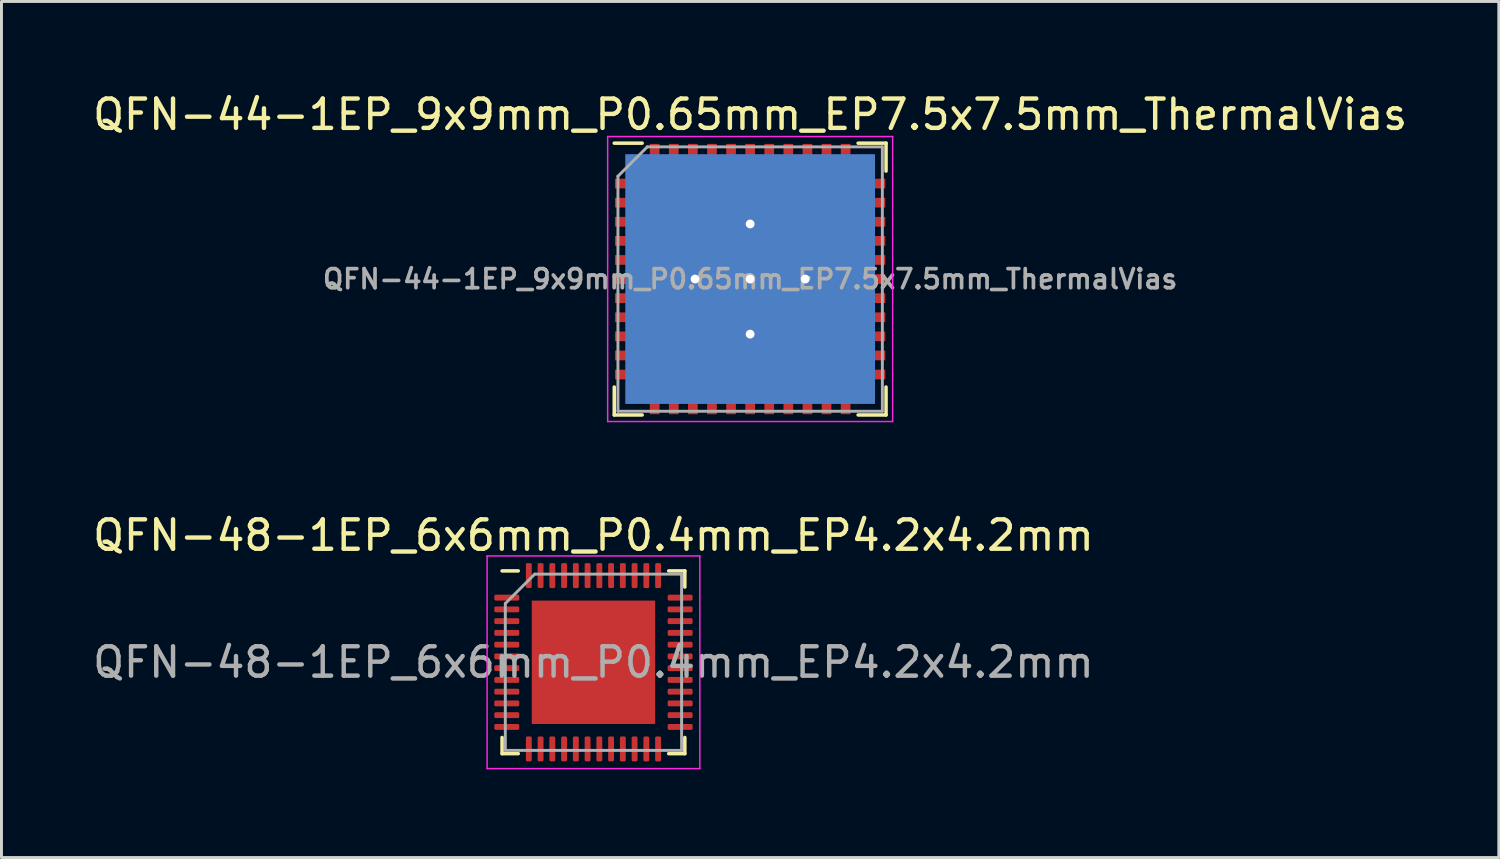
<source format=kicad_pcb>
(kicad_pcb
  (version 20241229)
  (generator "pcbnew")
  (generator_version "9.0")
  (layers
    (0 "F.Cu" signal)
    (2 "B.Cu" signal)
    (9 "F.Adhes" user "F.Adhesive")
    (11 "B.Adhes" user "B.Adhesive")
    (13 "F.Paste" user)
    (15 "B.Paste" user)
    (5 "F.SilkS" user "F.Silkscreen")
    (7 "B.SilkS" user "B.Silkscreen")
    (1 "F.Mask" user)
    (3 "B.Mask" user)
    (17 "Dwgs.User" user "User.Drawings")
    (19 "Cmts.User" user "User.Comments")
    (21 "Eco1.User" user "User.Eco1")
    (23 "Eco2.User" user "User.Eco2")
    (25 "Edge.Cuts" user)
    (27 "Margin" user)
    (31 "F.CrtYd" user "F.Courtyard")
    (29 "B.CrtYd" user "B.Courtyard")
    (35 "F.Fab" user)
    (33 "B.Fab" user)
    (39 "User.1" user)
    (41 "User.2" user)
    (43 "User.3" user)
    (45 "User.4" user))
  (footprint "QFN-48-1EP_6x6mm_P0.4mm_EP4.2x4.2mm"
    (layer "F.Cu")
    (at 17.149 19.491)
    (property "Reference" "QFN-48-1EP_6x6mm_P0.4mm_EP4.2x4.2mm" (at 0 -4.32 0) (layer "F.SilkS") (effects (font (size 1 1) (thickness 0.15))))
    (attr smd)
    (fp_line (start -3.11 3.11) (end -3.11 2.56) (stroke (width 0.12) (type solid)) (layer "F.SilkS"))
    (fp_line (start -2.56 -3.11) (end -3.11 -3.11) (stroke (width 0.12) (type solid)) (layer "F.SilkS"))
    (fp_line (start -2.56 3.11) (end -3.11 3.11) (stroke (width 0.12) (type solid)) (layer "F.SilkS"))
    (fp_line (start 2.56 -3.11) (end 3.11 -3.11) (stroke (width 0.12) (type solid)) (layer "F.SilkS"))
    (fp_line (start 2.56 3.11) (end 3.11 3.11) (stroke (width 0.12) (type solid)) (layer "F.SilkS"))
    (fp_line (start 3.11 -3.11) (end 3.11 -2.56) (stroke (width 0.12) (type solid)) (layer "F.SilkS"))
    (fp_line (start 3.11 3.11) (end 3.11 2.56) (stroke (width 0.12) (type solid)) (layer "F.SilkS"))
    (fp_line (start -3.62 -3.62) (end -3.62 3.62) (stroke (width 0.05) (type solid)) (layer "F.CrtYd"))
    (fp_line (start -3.62 3.62) (end 3.62 3.62) (stroke (width 0.05) (type solid)) (layer "F.CrtYd"))
    (fp_line (start 3.62 -3.62) (end -3.62 -3.62) (stroke (width 0.05) (type solid)) (layer "F.CrtYd"))
    (fp_line (start 3.62 3.62) (end 3.62 -3.62) (stroke (width 0.05) (type solid)) (layer "F.CrtYd"))
    (fp_line (start -3 -2) (end -2 -3) (stroke (width 0.1) (type solid)) (layer "F.Fab"))
    (fp_line (start -3 3) (end -3 -2) (stroke (width 0.1) (type solid)) (layer "F.Fab"))
    (fp_line (start -2 -3) (end 3 -3) (stroke (width 0.1) (type solid)) (layer "F.Fab"))
    (fp_line (start 3 -3) (end 3 3) (stroke (width 0.1) (type solid)) (layer "F.Fab"))
    (fp_line (start 3 3) (end -3 3) (stroke (width 0.1) (type solid)) (layer "F.Fab"))
    (fp_text user "${REFERENCE}" (at 0 0 0) (layer "F.Fab") (effects (font (size 1 1) (thickness 0.15))))
    (pad "" smd roundrect (at -1.4 -1.4) (size 1.13 1.13) (layers "F.Paste") (roundrect_rratio 0.221))
    (pad "" smd roundrect (at -1.4 0) (size 1.13 1.13) (layers "F.Paste") (roundrect_rratio 0.221))
    (pad "" smd roundrect (at -1.4 1.4) (size 1.13 1.13) (layers "F.Paste") (roundrect_rratio 0.221))
    (pad "" smd roundrect (at 0 -1.4) (size 1.13 1.13) (layers "F.Paste") (roundrect_rratio 0.221))
    (pad "" smd roundrect (at 0 0) (size 1.13 1.13) (layers "F.Paste") (roundrect_rratio 0.221))
    (pad "" smd roundrect (at 0 1.4) (size 1.13 1.13) (layers "F.Paste") (roundrect_rratio 0.221))
    (pad "" smd roundrect (at 1.4 -1.4) (size 1.13 1.13) (layers "F.Paste") (roundrect_rratio 0.221))
    (pad "" smd roundrect (at 1.4 0) (size 1.13 1.13) (layers "F.Paste") (roundrect_rratio 0.221))
    (pad "" smd roundrect (at 1.4 1.4) (size 1.13 1.13) (layers "F.Paste") (roundrect_rratio 0.221))
    (pad "1" smd roundrect (at -2.95 -2.2) (size 0.85 0.2) (layers "F.Cu" "F.Mask" "F.Paste") (roundrect_rratio 0.25))
    (pad "2" smd roundrect (at -2.95 -1.8) (size 0.85 0.2) (layers "F.Cu" "F.Mask" "F.Paste") (roundrect_rratio 0.25))
    (pad "3" smd roundrect (at -2.95 -1.4) (size 0.85 0.2) (layers "F.Cu" "F.Mask" "F.Paste") (roundrect_rratio 0.25))
    (pad "4" smd roundrect (at -2.95 -1) (size 0.85 0.2) (layers "F.Cu" "F.Mask" "F.Paste") (roundrect_rratio 0.25))
    (pad "5" smd roundrect (at -2.95 -0.6) (size 0.85 0.2) (layers "F.Cu" "F.Mask" "F.Paste") (roundrect_rratio 0.25))
    (pad "6" smd roundrect (at -2.95 -0.2) (size 0.85 0.2) (layers "F.Cu" "F.Mask" "F.Paste") (roundrect_rratio 0.25))
    (pad "7" smd roundrect (at -2.95 0.2) (size 0.85 0.2) (layers "F.Cu" "F.Mask" "F.Paste") (roundrect_rratio 0.25))
    (pad "8" smd roundrect (at -2.95 0.6) (size 0.85 0.2) (layers "F.Cu" "F.Mask" "F.Paste") (roundrect_rratio 0.25))
    (pad "9" smd roundrect (at -2.95 1) (size 0.85 0.2) (layers "F.Cu" "F.Mask" "F.Paste") (roundrect_rratio 0.25))
    (pad "10" smd roundrect (at -2.95 1.4) (size 0.85 0.2) (layers "F.Cu" "F.Mask" "F.Paste") (roundrect_rratio 0.25))
    (pad "11" smd roundrect (at -2.95 1.8) (size 0.85 0.2) (layers "F.Cu" "F.Mask" "F.Paste") (roundrect_rratio 0.25))
    (pad "12" smd roundrect (at -2.95 2.2) (size 0.85 0.2) (layers "F.Cu" "F.Mask" "F.Paste") (roundrect_rratio 0.25))
    (pad "13" smd roundrect (at -2.2 2.95) (size 0.2 0.85) (layers "F.Cu" "F.Mask" "F.Paste") (roundrect_rratio 0.25))
    (pad "14" smd roundrect (at -1.8 2.95) (size 0.2 0.85) (layers "F.Cu" "F.Mask" "F.Paste") (roundrect_rratio 0.25))
    (pad "15" smd roundrect (at -1.4 2.95) (size 0.2 0.85) (layers "F.Cu" "F.Mask" "F.Paste") (roundrect_rratio 0.25))
    (pad "16" smd roundrect (at -1 2.95) (size 0.2 0.85) (layers "F.Cu" "F.Mask" "F.Paste") (roundrect_rratio 0.25))
    (pad "17" smd roundrect (at -0.6 2.95) (size 0.2 0.85) (layers "F.Cu" "F.Mask" "F.Paste") (roundrect_rratio 0.25))
    (pad "18" smd roundrect (at -0.2 2.95) (size 0.2 0.85) (layers "F.Cu" "F.Mask" "F.Paste") (roundrect_rratio 0.25))
    (pad "19" smd roundrect (at 0.2 2.95) (size 0.2 0.85) (layers "F.Cu" "F.Mask" "F.Paste") (roundrect_rratio 0.25))
    (pad "20" smd roundrect (at 0.6 2.95) (size 0.2 0.85) (layers "F.Cu" "F.Mask" "F.Paste") (roundrect_rratio 0.25))
    (pad "21" smd roundrect (at 1 2.95) (size 0.2 0.85) (layers "F.Cu" "F.Mask" "F.Paste") (roundrect_rratio 0.25))
    (pad "22" smd roundrect (at 1.4 2.95) (size 0.2 0.85) (layers "F.Cu" "F.Mask" "F.Paste") (roundrect_rratio 0.25))
    (pad "23" smd roundrect (at 1.8 2.95) (size 0.2 0.85) (layers "F.Cu" "F.Mask" "F.Paste") (roundrect_rratio 0.25))
    (pad "24" smd roundrect (at 2.2 2.95) (size 0.2 0.85) (layers "F.Cu" "F.Mask" "F.Paste") (roundrect_rratio 0.25))
    (pad "25" smd roundrect (at 2.95 2.2) (size 0.85 0.2) (layers "F.Cu" "F.Mask" "F.Paste") (roundrect_rratio 0.25))
    (pad "26" smd roundrect (at 2.95 1.8) (size 0.85 0.2) (layers "F.Cu" "F.Mask" "F.Paste") (roundrect_rratio 0.25))
    (pad "27" smd roundrect (at 2.95 1.4) (size 0.85 0.2) (layers "F.Cu" "F.Mask" "F.Paste") (roundrect_rratio 0.25))
    (pad "28" smd roundrect (at 2.95 1) (size 0.85 0.2) (layers "F.Cu" "F.Mask" "F.Paste") (roundrect_rratio 0.25))
    (pad "29" smd roundrect (at 2.95 0.6) (size 0.85 0.2) (layers "F.Cu" "F.Mask" "F.Paste") (roundrect_rratio 0.25))
    (pad "30" smd roundrect (at 2.95 0.2) (size 0.85 0.2) (layers "F.Cu" "F.Mask" "F.Paste") (roundrect_rratio 0.25))
    (pad "31" smd roundrect (at 2.95 -0.2) (size 0.85 0.2) (layers "F.Cu" "F.Mask" "F.Paste") (roundrect_rratio 0.25))
    (pad "32" smd roundrect (at 2.95 -0.6) (size 0.85 0.2) (layers "F.Cu" "F.Mask" "F.Paste") (roundrect_rratio 0.25))
    (pad "33" smd roundrect (at 2.95 -1) (size 0.85 0.2) (layers "F.Cu" "F.Mask" "F.Paste") (roundrect_rratio 0.25))
    (pad "34" smd roundrect (at 2.95 -1.4) (size 0.85 0.2) (layers "F.Cu" "F.Mask" "F.Paste") (roundrect_rratio 0.25))
    (pad "35" smd roundrect (at 2.95 -1.8) (size 0.85 0.2) (layers "F.Cu" "F.Mask" "F.Paste") (roundrect_rratio 0.25))
    (pad "36" smd roundrect (at 2.95 -2.2) (size 0.85 0.2) (layers "F.Cu" "F.Mask" "F.Paste") (roundrect_rratio 0.25))
    (pad "37" smd roundrect (at 2.2 -2.95) (size 0.2 0.85) (layers "F.Cu" "F.Mask" "F.Paste") (roundrect_rratio 0.25))
    (pad "38" smd roundrect (at 1.8 -2.95) (size 0.2 0.85) (layers "F.Cu" "F.Mask" "F.Paste") (roundrect_rratio 0.25))
    (pad "39" smd roundrect (at 1.4 -2.95) (size 0.2 0.85) (layers "F.Cu" "F.Mask" "F.Paste") (roundrect_rratio 0.25))
    (pad "40" smd roundrect (at 1 -2.95) (size 0.2 0.85) (layers "F.Cu" "F.Mask" "F.Paste") (roundrect_rratio 0.25))
    (pad "41" smd roundrect (at 0.6 -2.95) (size 0.2 0.85) (layers "F.Cu" "F.Mask" "F.Paste") (roundrect_rratio 0.25))
    (pad "42" smd roundrect (at 0.2 -2.95) (size 0.2 0.85) (layers "F.Cu" "F.Mask" "F.Paste") (roundrect_rratio 0.25))
    (pad "43" smd roundrect (at -0.2 -2.95) (size 0.2 0.85) (layers "F.Cu" "F.Mask" "F.Paste") (roundrect_rratio 0.25))
    (pad "44" smd roundrect (at -0.6 -2.95) (size 0.2 0.85) (layers "F.Cu" "F.Mask" "F.Paste") (roundrect_rratio 0.25))
    (pad "45" smd roundrect (at -1 -2.95) (size 0.2 0.85) (layers "F.Cu" "F.Mask" "F.Paste") (roundrect_rratio 0.25))
    (pad "46" smd roundrect (at -1.4 -2.95) (size 0.2 0.85) (layers "F.Cu" "F.Mask" "F.Paste") (roundrect_rratio 0.25))
    (pad "47" smd roundrect (at -1.8 -2.95) (size 0.2 0.85) (layers "F.Cu" "F.Mask" "F.Paste") (roundrect_rratio 0.25))
    (pad "48" smd roundrect (at -2.2 -2.95) (size 0.2 0.85) (layers "F.Cu" "F.Mask" "F.Paste") (roundrect_rratio 0.25))
    (pad "49" smd rect (at 0 0) (size 4.2 4.2) (layers "F.Cu" "F.Mask")))
  (footprint "QFN-44-1EP_9x9mm_P0.65mm_EP7.5x7.5mm_ThermalVias"
    (layer "F.Cu")
    (at 22.482 6.448)
    (property "Reference" "QFN-44-1EP_9x9mm_P0.65mm_EP7.5x7.5mm_ThermalVias" (at 0 -5.6 0) (layer "F.SilkS") (effects (font (size 1 1) (thickness 0.15))))
    (attr smd)
    (fp_line (start -4.625 -4.625) (end -3.675 -4.625) (stroke (width 0.12) (type solid)) (layer "F.SilkS"))
    (fp_line (start -4.625 4.625) (end -4.625 3.675) (stroke (width 0.12) (type solid)) (layer "F.SilkS"))
    (fp_line (start -3.675 4.625) (end -4.625 4.625) (stroke (width 0.12) (type solid)) (layer "F.SilkS"))
    (fp_line (start 3.675 -4.625) (end 4.625 -4.625) (stroke (width 0.12) (type solid)) (layer "F.SilkS"))
    (fp_line (start 3.675 4.625) (end 4.625 4.625) (stroke (width 0.12) (type solid)) (layer "F.SilkS"))
    (fp_line (start 4.625 -4.625) (end 4.625 -3.675) (stroke (width 0.12) (type solid)) (layer "F.SilkS"))
    (fp_line (start 4.625 4.625) (end 4.625 3.675) (stroke (width 0.12) (type solid)) (layer "F.SilkS"))
    (fp_line (start -4.85 -4.85) (end -4.85 4.85) (stroke (width 0.05) (type solid)) (layer "F.CrtYd"))
    (fp_line (start -4.85 4.85) (end 4.85 4.85) (stroke (width 0.05) (type solid)) (layer "F.CrtYd"))
    (fp_line (start 4.85 -4.85) (end -4.85 -4.85) (stroke (width 0.05) (type solid)) (layer "F.CrtYd"))
    (fp_line (start 4.85 4.85) (end 4.85 -4.85) (stroke (width 0.05) (type solid)) (layer "F.CrtYd"))
    (fp_line (start -4.5 -3.5) (end -3.5 -4.5) (stroke (width 0.1) (type solid)) (layer "F.Fab"))
    (fp_line (start -4.5 4.5) (end -4.5 -3.5) (stroke (width 0.1) (type solid)) (layer "F.Fab"))
    (fp_line (start -3.5 -4.5) (end 4.5 -4.5) (stroke (width 0.1) (type solid)) (layer "F.Fab"))
    (fp_line (start 4.5 -4.5) (end 4.5 4.5) (stroke (width 0.1) (type solid)) (layer "F.Fab"))
    (fp_line (start 4.5 4.5) (end -4.5 4.5) (stroke (width 0.1) (type solid)) (layer "F.Fab"))
    (fp_text user "${REFERENCE}" (at 0 0 0) (layer "F.Fab") (effects (font (size 0.65 0.65) (thickness 0.125))))
    (pad "" smd rect (at -1.875 -1.875) (size 2.65 2.65) (layers "F.Paste"))
    (pad "" smd rect (at -1.875 1.875) (size 2.65 2.65) (layers "F.Paste"))
    (pad "" smd rect (at 1.875 -1.875) (size 2.65 2.65) (layers "F.Paste"))
    (pad "" smd rect (at 1.875 1.875) (size 2.65 2.65) (layers "F.Paste"))
    (pad "1" smd rect (at -4.3 -3.25) (size 0.6 0.33) (layers "F.Cu" "F.Mask" "F.Paste"))
    (pad "2" smd rect (at -4.3 -2.6) (size 0.6 0.33) (layers "F.Cu" "F.Mask" "F.Paste"))
    (pad "3" smd rect (at -4.3 -1.95) (size 0.6 0.33) (layers "F.Cu" "F.Mask" "F.Paste"))
    (pad "4" smd rect (at -4.3 -1.3) (size 0.6 0.33) (layers "F.Cu" "F.Mask" "F.Paste"))
    (pad "5" smd rect (at -4.3 -0.65) (size 0.6 0.33) (layers "F.Cu" "F.Mask" "F.Paste"))
    (pad "6" smd rect (at -4.3 0) (size 0.6 0.33) (layers "F.Cu" "F.Mask" "F.Paste"))
    (pad "7" smd rect (at -4.3 0.65) (size 0.6 0.33) (layers "F.Cu" "F.Mask" "F.Paste"))
    (pad "8" smd rect (at -4.3 1.3) (size 0.6 0.33) (layers "F.Cu" "F.Mask" "F.Paste"))
    (pad "9" smd rect (at -4.3 1.95) (size 0.6 0.33) (layers "F.Cu" "F.Mask" "F.Paste"))
    (pad "10" smd rect (at -4.3 2.6) (size 0.6 0.33) (layers "F.Cu" "F.Mask" "F.Paste"))
    (pad "11" smd rect (at -4.3 3.25) (size 0.6 0.33) (layers "F.Cu" "F.Mask" "F.Paste"))
    (pad "12" smd rect (at -3.25 4.3 90) (size 0.6 0.33) (layers "F.Cu" "F.Mask" "F.Paste"))
    (pad "13" smd rect (at -2.6 4.3 90) (size 0.6 0.33) (layers "F.Cu" "F.Mask" "F.Paste"))
    (pad "14" smd rect (at -1.95 4.3 90) (size 0.6 0.33) (layers "F.Cu" "F.Mask" "F.Paste"))
    (pad "15" smd rect (at -1.3 4.3 90) (size 0.6 0.33) (layers "F.Cu" "F.Mask" "F.Paste"))
    (pad "16" smd rect (at -0.65 4.3 90) (size 0.6 0.33) (layers "F.Cu" "F.Mask" "F.Paste"))
    (pad "17" smd rect (at 0 4.3 90) (size 0.6 0.33) (layers "F.Cu" "F.Mask" "F.Paste"))
    (pad "18" smd rect (at 0.65 4.3 90) (size 0.6 0.33) (layers "F.Cu" "F.Mask" "F.Paste"))
    (pad "19" smd rect (at 1.3 4.3 90) (size 0.6 0.33) (layers "F.Cu" "F.Mask" "F.Paste"))
    (pad "20" smd rect (at 1.95 4.3 90) (size 0.6 0.33) (layers "F.Cu" "F.Mask" "F.Paste"))
    (pad "21" smd rect (at 2.6 4.3 90) (size 0.6 0.33) (layers "F.Cu" "F.Mask" "F.Paste"))
    (pad "22" smd rect (at 3.25 4.3 90) (size 0.6 0.33) (layers "F.Cu" "F.Mask" "F.Paste"))
    (pad "23" smd rect (at 4.3 3.25) (size 0.6 0.33) (layers "F.Cu" "F.Mask" "F.Paste"))
    (pad "24" smd rect (at 4.3 2.6) (size 0.6 0.33) (layers "F.Cu" "F.Mask" "F.Paste"))
    (pad "25" smd rect (at 4.3 1.95) (size 0.6 0.33) (layers "F.Cu" "F.Mask" "F.Paste"))
    (pad "26" smd rect (at 4.3 1.3) (size 0.6 0.33) (layers "F.Cu" "F.Mask" "F.Paste"))
    (pad "27" smd rect (at 4.3 0.65) (size 0.6 0.33) (layers "F.Cu" "F.Mask" "F.Paste"))
    (pad "28" smd rect (at 4.3 0) (size 0.6 0.33) (layers "F.Cu" "F.Mask" "F.Paste"))
    (pad "29" smd rect (at 4.3 -0.65) (size 0.6 0.33) (layers "F.Cu" "F.Mask" "F.Paste"))
    (pad "30" smd rect (at 4.3 -1.3) (size 0.6 0.33) (layers "F.Cu" "F.Mask" "F.Paste"))
    (pad "31" smd rect (at 4.3 -1.95) (size 0.6 0.33) (layers "F.Cu" "F.Mask" "F.Paste"))
    (pad "32" smd rect (at 4.3 -2.6) (size 0.6 0.33) (layers "F.Cu" "F.Mask" "F.Paste"))
    (pad "33" smd rect (at 4.3 -3.25) (size 0.6 0.33) (layers "F.Cu" "F.Mask" "F.Paste"))
    (pad "34" smd rect (at 3.25 -4.3 90) (size 0.6 0.33) (layers "F.Cu" "F.Mask" "F.Paste"))
    (pad "35" smd rect (at 2.6 -4.3 90) (size 0.6 0.33) (layers "F.Cu" "F.Mask" "F.Paste"))
    (pad "36" smd rect (at 1.95 -4.3 90) (size 0.6 0.33) (layers "F.Cu" "F.Mask" "F.Paste"))
    (pad "37" smd rect (at 1.3 -4.3 90) (size 0.6 0.33) (layers "F.Cu" "F.Mask" "F.Paste"))
    (pad "38" smd rect (at 0.65 -4.3 90) (size 0.6 0.33) (layers "F.Cu" "F.Mask" "F.Paste"))
    (pad "39" smd rect (at 0 -4.3 90) (size 0.6 0.33) (layers "F.Cu" "F.Mask" "F.Paste"))
    (pad "40" smd rect (at -0.65 -4.3 90) (size 0.6 0.33) (layers "F.Cu" "F.Mask" "F.Paste"))
    (pad "41" smd rect (at -1.3 -4.3 90) (size 0.6 0.33) (layers "F.Cu" "F.Mask" "F.Paste"))
    (pad "42" smd rect (at -1.95 -4.3 90) (size 0.6 0.33) (layers "F.Cu" "F.Mask" "F.Paste"))
    (pad "43" smd rect (at -2.6 -4.3 90) (size 0.6 0.33) (layers "F.Cu" "F.Mask" "F.Paste"))
    (pad "44" smd rect (at -3.25 -4.3 90) (size 0.6 0.33) (layers "F.Cu" "F.Mask" "F.Paste"))
    (pad "45" thru_hole circle (at -1.875 0) (size 0.6 0.6) (drill 0.3) (layers "*.Cu"))
    (pad "45" thru_hole circle (at 0 -1.875) (size 0.6 0.6) (drill 0.3) (layers "*.Cu"))
    (pad "45" thru_hole circle (at 0 0) (size 0.6 0.6) (drill 0.3) (layers "*.Cu"))
    (pad "45" smd rect (at 0 0) (size 7.5 7.5) (layers "F.Cu" "F.Mask"))
    (pad "45" smd rect (at 0 0) (size 8.5 8.5) (layers "B.Cu"))
    (pad "45" thru_hole circle (at 0 1.875) (size 0.6 0.6) (drill 0.3) (layers "*.Cu"))
    (pad "45" thru_hole circle (at 1.875 0) (size 0.6 0.6) (drill 0.3) (layers "*.Cu")))
  (gr_rect
    (start -3 -3)
    (end 47.964 26.137)
    (stroke (width 0.1) (type default))
    (fill no)
    (layer "Edge.Cuts")))
</source>
